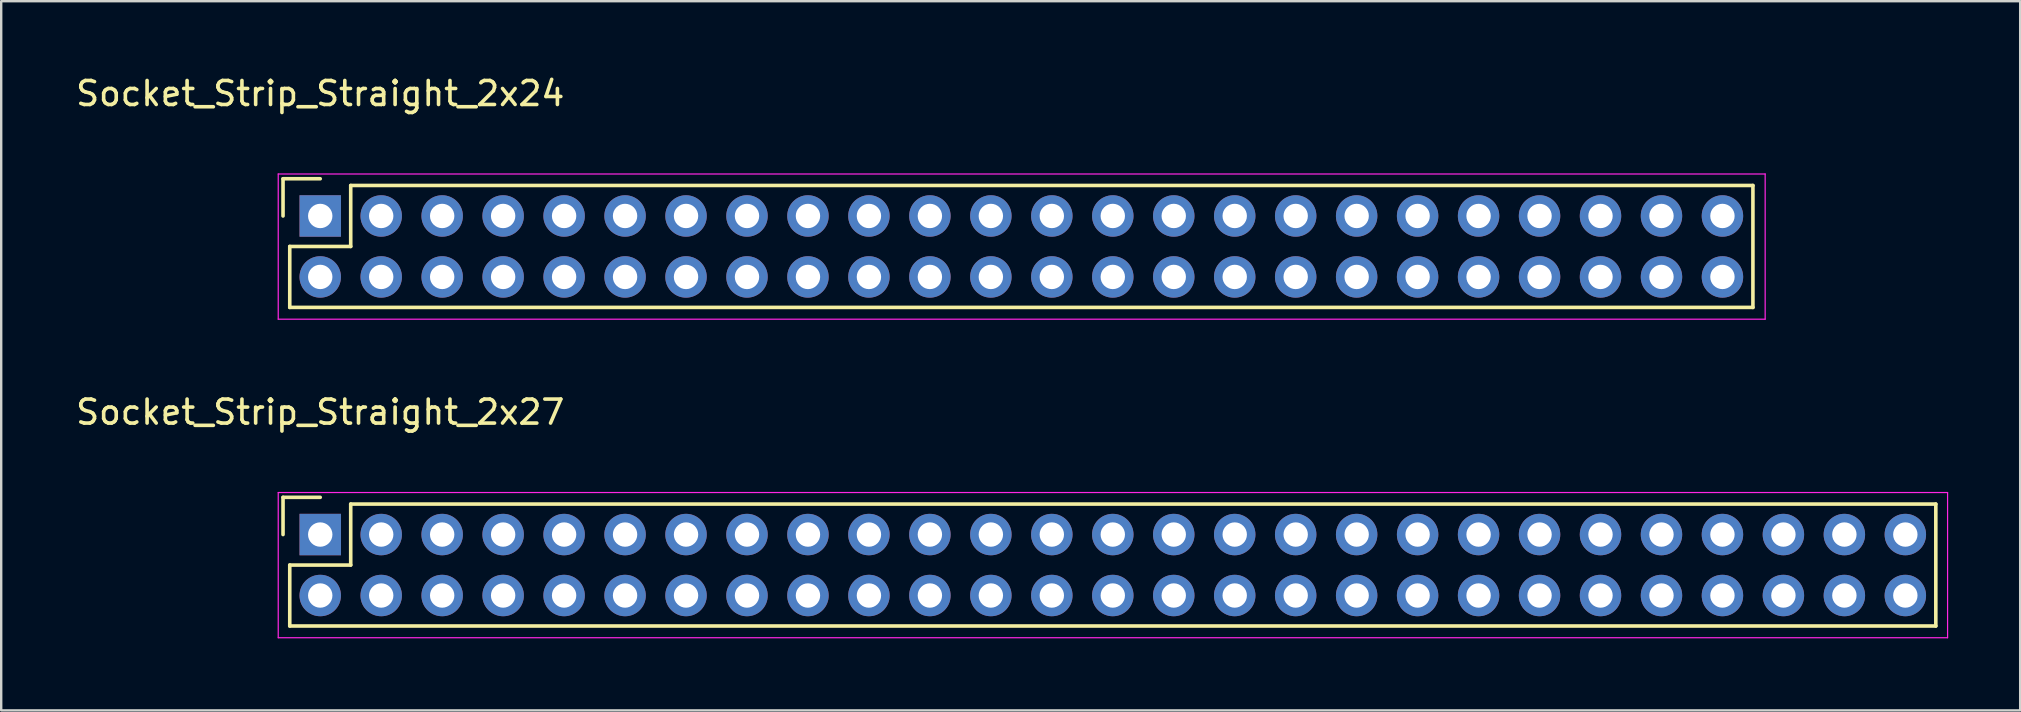
<source format=kicad_pcb>
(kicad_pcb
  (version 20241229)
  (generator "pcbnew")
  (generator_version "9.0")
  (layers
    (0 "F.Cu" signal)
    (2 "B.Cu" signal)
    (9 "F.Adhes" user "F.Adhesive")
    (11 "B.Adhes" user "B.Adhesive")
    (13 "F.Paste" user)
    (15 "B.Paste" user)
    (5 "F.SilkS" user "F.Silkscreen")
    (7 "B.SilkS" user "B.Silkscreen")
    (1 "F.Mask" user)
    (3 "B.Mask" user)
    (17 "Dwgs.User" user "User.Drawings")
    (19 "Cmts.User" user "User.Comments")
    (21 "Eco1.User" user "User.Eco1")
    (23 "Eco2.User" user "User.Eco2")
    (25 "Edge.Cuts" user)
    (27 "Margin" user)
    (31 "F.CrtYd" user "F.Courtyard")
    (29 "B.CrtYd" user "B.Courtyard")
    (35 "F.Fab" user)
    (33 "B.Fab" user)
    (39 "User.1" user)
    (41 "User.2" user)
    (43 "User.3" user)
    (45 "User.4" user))
  (footprint "Socket_Strip_Straight_2x24"
    (layer "F.Cu")
    (at 10.292 5.948)
    (property "Reference" "Socket_Strip_Straight_2x24" (at 0 -5.1 0) (layer "F.SilkS") (effects (font (size 1 1) (thickness 0.15))))
    (attr through_hole)
    (fp_line (start -1.55 -1.55) (end -1.55 0) (stroke (width 0.15) (type solid)) (layer "F.SilkS"))
    (fp_line (start -1.27 1.27) (end 1.27 1.27) (stroke (width 0.15) (type solid)) (layer "F.SilkS"))
    (fp_line (start -1.27 3.81) (end -1.27 1.27) (stroke (width 0.15) (type solid)) (layer "F.SilkS"))
    (fp_line (start 0 -1.55) (end -1.55 -1.55) (stroke (width 0.15) (type solid)) (layer "F.SilkS"))
    (fp_line (start 1.27 -1.27) (end 59.69 -1.27) (stroke (width 0.15) (type solid)) (layer "F.SilkS"))
    (fp_line (start 1.27 1.27) (end 1.27 -1.27) (stroke (width 0.15) (type solid)) (layer "F.SilkS"))
    (fp_line (start 59.69 3.81) (end -1.27 3.81) (stroke (width 0.15) (type solid)) (layer "F.SilkS"))
    (fp_line (start 59.69 3.81) (end 59.69 -1.27) (stroke (width 0.15) (type solid)) (layer "F.SilkS"))
    (fp_line (start -1.75 -1.75) (end -1.75 4.3) (stroke (width 0.05) (type solid)) (layer "F.CrtYd"))
    (fp_line (start -1.75 -1.75) (end 60.2 -1.75) (stroke (width 0.05) (type solid)) (layer "F.CrtYd"))
    (fp_line (start -1.75 4.3) (end 60.2 4.3) (stroke (width 0.05) (type solid)) (layer "F.CrtYd"))
    (fp_line (start 60.2 -1.75) (end 60.2 4.3) (stroke (width 0.05) (type solid)) (layer "F.CrtYd"))
    (pad "1" thru_hole rect (at 0 0) (size 1.727 1.727) (drill 1.016) (layers "*.Cu" "*.Mask"))
    (pad "2" thru_hole oval (at 0 2.54) (size 1.727 1.727) (drill 1.016) (layers "*.Cu" "*.Mask"))
    (pad "3" thru_hole oval (at 2.54 0) (size 1.727 1.727) (drill 1.016) (layers "*.Cu" "*.Mask"))
    (pad "4" thru_hole oval (at 2.54 2.54) (size 1.727 1.727) (drill 1.016) (layers "*.Cu" "*.Mask"))
    (pad "5" thru_hole oval (at 5.08 0) (size 1.727 1.727) (drill 1.016) (layers "*.Cu" "*.Mask"))
    (pad "6" thru_hole oval (at 5.08 2.54) (size 1.727 1.727) (drill 1.016) (layers "*.Cu" "*.Mask"))
    (pad "7" thru_hole oval (at 7.62 0) (size 1.727 1.727) (drill 1.016) (layers "*.Cu" "*.Mask"))
    (pad "8" thru_hole oval (at 7.62 2.54) (size 1.727 1.727) (drill 1.016) (layers "*.Cu" "*.Mask"))
    (pad "9" thru_hole oval (at 10.16 0) (size 1.727 1.727) (drill 1.016) (layers "*.Cu" "*.Mask"))
    (pad "10" thru_hole oval (at 10.16 2.54) (size 1.727 1.727) (drill 1.016) (layers "*.Cu" "*.Mask"))
    (pad "11" thru_hole oval (at 12.7 0) (size 1.727 1.727) (drill 1.016) (layers "*.Cu" "*.Mask"))
    (pad "12" thru_hole oval (at 12.7 2.54) (size 1.727 1.727) (drill 1.016) (layers "*.Cu" "*.Mask"))
    (pad "13" thru_hole oval (at 15.24 0) (size 1.727 1.727) (drill 1.016) (layers "*.Cu" "*.Mask"))
    (pad "14" thru_hole oval (at 15.24 2.54) (size 1.727 1.727) (drill 1.016) (layers "*.Cu" "*.Mask"))
    (pad "15" thru_hole oval (at 17.78 0) (size 1.727 1.727) (drill 1.016) (layers "*.Cu" "*.Mask"))
    (pad "16" thru_hole oval (at 17.78 2.54) (size 1.727 1.727) (drill 1.016) (layers "*.Cu" "*.Mask"))
    (pad "17" thru_hole oval (at 20.32 0) (size 1.727 1.727) (drill 1.016) (layers "*.Cu" "*.Mask"))
    (pad "18" thru_hole oval (at 20.32 2.54) (size 1.727 1.727) (drill 1.016) (layers "*.Cu" "*.Mask"))
    (pad "19" thru_hole oval (at 22.86 0) (size 1.727 1.727) (drill 1.016) (layers "*.Cu" "*.Mask"))
    (pad "20" thru_hole oval (at 22.86 2.54) (size 1.727 1.727) (drill 1.016) (layers "*.Cu" "*.Mask"))
    (pad "21" thru_hole oval (at 25.4 0) (size 1.727 1.727) (drill 1.016) (layers "*.Cu" "*.Mask"))
    (pad "22" thru_hole oval (at 25.4 2.54) (size 1.727 1.727) (drill 1.016) (layers "*.Cu" "*.Mask"))
    (pad "23" thru_hole oval (at 27.94 0) (size 1.727 1.727) (drill 1.016) (layers "*.Cu" "*.Mask"))
    (pad "24" thru_hole oval (at 27.94 2.54) (size 1.727 1.727) (drill 1.016) (layers "*.Cu" "*.Mask"))
    (pad "25" thru_hole oval (at 30.48 0) (size 1.727 1.727) (drill 1.016) (layers "*.Cu" "*.Mask"))
    (pad "26" thru_hole oval (at 30.48 2.54) (size 1.727 1.727) (drill 1.016) (layers "*.Cu" "*.Mask"))
    (pad "27" thru_hole oval (at 33.02 0) (size 1.727 1.727) (drill 1.016) (layers "*.Cu" "*.Mask"))
    (pad "28" thru_hole oval (at 33.02 2.54) (size 1.727 1.727) (drill 1.016) (layers "*.Cu" "*.Mask"))
    (pad "29" thru_hole oval (at 35.56 0) (size 1.727 1.727) (drill 1.016) (layers "*.Cu" "*.Mask"))
    (pad "30" thru_hole oval (at 35.56 2.54) (size 1.727 1.727) (drill 1.016) (layers "*.Cu" "*.Mask"))
    (pad "31" thru_hole oval (at 38.1 0) (size 1.727 1.727) (drill 1.016) (layers "*.Cu" "*.Mask"))
    (pad "32" thru_hole oval (at 38.1 2.54) (size 1.727 1.727) (drill 1.016) (layers "*.Cu" "*.Mask"))
    (pad "33" thru_hole oval (at 40.64 0) (size 1.727 1.727) (drill 1.016) (layers "*.Cu" "*.Mask"))
    (pad "34" thru_hole oval (at 40.64 2.54) (size 1.727 1.727) (drill 1.016) (layers "*.Cu" "*.Mask"))
    (pad "35" thru_hole oval (at 43.18 0) (size 1.727 1.727) (drill 1.016) (layers "*.Cu" "*.Mask"))
    (pad "36" thru_hole oval (at 43.18 2.54) (size 1.727 1.727) (drill 1.016) (layers "*.Cu" "*.Mask"))
    (pad "37" thru_hole oval (at 45.72 0) (size 1.727 1.727) (drill 1.016) (layers "*.Cu" "*.Mask"))
    (pad "38" thru_hole oval (at 45.72 2.54) (size 1.727 1.727) (drill 1.016) (layers "*.Cu" "*.Mask"))
    (pad "39" thru_hole oval (at 48.26 0) (size 1.727 1.727) (drill 1.016) (layers "*.Cu" "*.Mask"))
    (pad "40" thru_hole oval (at 48.26 2.54) (size 1.727 1.727) (drill 1.016) (layers "*.Cu" "*.Mask"))
    (pad "41" thru_hole oval (at 50.8 0) (size 1.727 1.727) (drill 1.016) (layers "*.Cu" "*.Mask"))
    (pad "42" thru_hole oval (at 50.8 2.54) (size 1.727 1.727) (drill 1.016) (layers "*.Cu" "*.Mask"))
    (pad "43" thru_hole oval (at 53.34 0) (size 1.727 1.727) (drill 1.016) (layers "*.Cu" "*.Mask"))
    (pad "44" thru_hole oval (at 53.34 2.54) (size 1.727 1.727) (drill 1.016) (layers "*.Cu" "*.Mask"))
    (pad "45" thru_hole oval (at 55.88 0) (size 1.727 1.727) (drill 1.016) (layers "*.Cu" "*.Mask"))
    (pad "46" thru_hole oval (at 55.88 2.54) (size 1.727 1.727) (drill 1.016) (layers "*.Cu" "*.Mask"))
    (pad "47" thru_hole oval (at 58.42 0) (size 1.727 1.727) (drill 1.016) (layers "*.Cu" "*.Mask"))
    (pad "48" thru_hole oval (at 58.42 2.54) (size 1.727 1.727) (drill 1.016) (layers "*.Cu" "*.Mask")))
  (footprint "Socket_Strip_Straight_2x27"
    (layer "F.Cu")
    (at 10.292 19.221)
    (property "Reference" "Socket_Strip_Straight_2x27" (at 0 -5.1 0) (layer "F.SilkS") (effects (font (size 1 1) (thickness 0.15))))
    (attr through_hole)
    (fp_line (start -1.55 -1.55) (end -1.55 0) (stroke (width 0.15) (type solid)) (layer "F.SilkS"))
    (fp_line (start -1.27 1.27) (end 1.27 1.27) (stroke (width 0.15) (type solid)) (layer "F.SilkS"))
    (fp_line (start -1.27 3.81) (end -1.27 1.27) (stroke (width 0.15) (type solid)) (layer "F.SilkS"))
    (fp_line (start 0 -1.55) (end -1.55 -1.55) (stroke (width 0.15) (type solid)) (layer "F.SilkS"))
    (fp_line (start 1.27 -1.27) (end 67.31 -1.27) (stroke (width 0.15) (type solid)) (layer "F.SilkS"))
    (fp_line (start 1.27 1.27) (end 1.27 -1.27) (stroke (width 0.15) (type solid)) (layer "F.SilkS"))
    (fp_line (start 67.31 3.81) (end -1.27 3.81) (stroke (width 0.15) (type solid)) (layer "F.SilkS"))
    (fp_line (start 67.31 3.81) (end 67.31 -1.27) (stroke (width 0.15) (type solid)) (layer "F.SilkS"))
    (fp_line (start -1.75 -1.75) (end -1.75 4.3) (stroke (width 0.05) (type solid)) (layer "F.CrtYd"))
    (fp_line (start -1.75 -1.75) (end 67.8 -1.75) (stroke (width 0.05) (type solid)) (layer "F.CrtYd"))
    (fp_line (start -1.75 4.3) (end 67.8 4.3) (stroke (width 0.05) (type solid)) (layer "F.CrtYd"))
    (fp_line (start 67.8 -1.75) (end 67.8 4.3) (stroke (width 0.05) (type solid)) (layer "F.CrtYd"))
    (pad "1" thru_hole rect (at 0 0) (size 1.727 1.727) (drill 1.016) (layers "*.Cu" "*.Mask"))
    (pad "2" thru_hole oval (at 0 2.54) (size 1.727 1.727) (drill 1.016) (layers "*.Cu" "*.Mask"))
    (pad "3" thru_hole oval (at 2.54 0) (size 1.727 1.727) (drill 1.016) (layers "*.Cu" "*.Mask"))
    (pad "4" thru_hole oval (at 2.54 2.54) (size 1.727 1.727) (drill 1.016) (layers "*.Cu" "*.Mask"))
    (pad "5" thru_hole oval (at 5.08 0) (size 1.727 1.727) (drill 1.016) (layers "*.Cu" "*.Mask"))
    (pad "6" thru_hole oval (at 5.08 2.54) (size 1.727 1.727) (drill 1.016) (layers "*.Cu" "*.Mask"))
    (pad "7" thru_hole oval (at 7.62 0) (size 1.727 1.727) (drill 1.016) (layers "*.Cu" "*.Mask"))
    (pad "8" thru_hole oval (at 7.62 2.54) (size 1.727 1.727) (drill 1.016) (layers "*.Cu" "*.Mask"))
    (pad "9" thru_hole oval (at 10.16 0) (size 1.727 1.727) (drill 1.016) (layers "*.Cu" "*.Mask"))
    (pad "10" thru_hole oval (at 10.16 2.54) (size 1.727 1.727) (drill 1.016) (layers "*.Cu" "*.Mask"))
    (pad "11" thru_hole oval (at 12.7 0) (size 1.727 1.727) (drill 1.016) (layers "*.Cu" "*.Mask"))
    (pad "12" thru_hole oval (at 12.7 2.54) (size 1.727 1.727) (drill 1.016) (layers "*.Cu" "*.Mask"))
    (pad "13" thru_hole oval (at 15.24 0) (size 1.727 1.727) (drill 1.016) (layers "*.Cu" "*.Mask"))
    (pad "14" thru_hole oval (at 15.24 2.54) (size 1.727 1.727) (drill 1.016) (layers "*.Cu" "*.Mask"))
    (pad "15" thru_hole oval (at 17.78 0) (size 1.727 1.727) (drill 1.016) (layers "*.Cu" "*.Mask"))
    (pad "16" thru_hole oval (at 17.78 2.54) (size 1.727 1.727) (drill 1.016) (layers "*.Cu" "*.Mask"))
    (pad "17" thru_hole oval (at 20.32 0) (size 1.727 1.727) (drill 1.016) (layers "*.Cu" "*.Mask"))
    (pad "18" thru_hole oval (at 20.32 2.54) (size 1.727 1.727) (drill 1.016) (layers "*.Cu" "*.Mask"))
    (pad "19" thru_hole oval (at 22.86 0) (size 1.727 1.727) (drill 1.016) (layers "*.Cu" "*.Mask"))
    (pad "20" thru_hole oval (at 22.86 2.54) (size 1.727 1.727) (drill 1.016) (layers "*.Cu" "*.Mask"))
    (pad "21" thru_hole oval (at 25.4 0) (size 1.727 1.727) (drill 1.016) (layers "*.Cu" "*.Mask"))
    (pad "22" thru_hole oval (at 25.4 2.54) (size 1.727 1.727) (drill 1.016) (layers "*.Cu" "*.Mask"))
    (pad "23" thru_hole oval (at 27.94 0) (size 1.727 1.727) (drill 1.016) (layers "*.Cu" "*.Mask"))
    (pad "24" thru_hole oval (at 27.94 2.54) (size 1.727 1.727) (drill 1.016) (layers "*.Cu" "*.Mask"))
    (pad "25" thru_hole oval (at 30.48 0) (size 1.727 1.727) (drill 1.016) (layers "*.Cu" "*.Mask"))
    (pad "26" thru_hole oval (at 30.48 2.54) (size 1.727 1.727) (drill 1.016) (layers "*.Cu" "*.Mask"))
    (pad "27" thru_hole oval (at 33.02 0) (size 1.727 1.727) (drill 1.016) (layers "*.Cu" "*.Mask"))
    (pad "28" thru_hole oval (at 33.02 2.54) (size 1.727 1.727) (drill 1.016) (layers "*.Cu" "*.Mask"))
    (pad "29" thru_hole oval (at 35.56 0) (size 1.727 1.727) (drill 1.016) (layers "*.Cu" "*.Mask"))
    (pad "30" thru_hole oval (at 35.56 2.54) (size 1.727 1.727) (drill 1.016) (layers "*.Cu" "*.Mask"))
    (pad "31" thru_hole oval (at 38.1 0) (size 1.727 1.727) (drill 1.016) (layers "*.Cu" "*.Mask"))
    (pad "32" thru_hole oval (at 38.1 2.54) (size 1.727 1.727) (drill 1.016) (layers "*.Cu" "*.Mask"))
    (pad "33" thru_hole oval (at 40.64 0) (size 1.727 1.727) (drill 1.016) (layers "*.Cu" "*.Mask"))
    (pad "34" thru_hole oval (at 40.64 2.54) (size 1.727 1.727) (drill 1.016) (layers "*.Cu" "*.Mask"))
    (pad "35" thru_hole oval (at 43.18 0) (size 1.727 1.727) (drill 1.016) (layers "*.Cu" "*.Mask"))
    (pad "36" thru_hole oval (at 43.18 2.54) (size 1.727 1.727) (drill 1.016) (layers "*.Cu" "*.Mask"))
    (pad "37" thru_hole oval (at 45.72 0) (size 1.727 1.727) (drill 1.016) (layers "*.Cu" "*.Mask"))
    (pad "38" thru_hole oval (at 45.72 2.54) (size 1.727 1.727) (drill 1.016) (layers "*.Cu" "*.Mask"))
    (pad "39" thru_hole oval (at 48.26 0) (size 1.727 1.727) (drill 1.016) (layers "*.Cu" "*.Mask"))
    (pad "40" thru_hole oval (at 48.26 2.54) (size 1.727 1.727) (drill 1.016) (layers "*.Cu" "*.Mask"))
    (pad "41" thru_hole oval (at 50.8 0) (size 1.727 1.727) (drill 1.016) (layers "*.Cu" "*.Mask"))
    (pad "42" thru_hole oval (at 50.8 2.54) (size 1.727 1.727) (drill 1.016) (layers "*.Cu" "*.Mask"))
    (pad "43" thru_hole oval (at 53.34 0) (size 1.727 1.727) (drill 1.016) (layers "*.Cu" "*.Mask"))
    (pad "44" thru_hole oval (at 53.34 2.54) (size 1.727 1.727) (drill 1.016) (layers "*.Cu" "*.Mask"))
    (pad "45" thru_hole oval (at 55.88 0) (size 1.727 1.727) (drill 1.016) (layers "*.Cu" "*.Mask"))
    (pad "46" thru_hole oval (at 55.88 2.54) (size 1.727 1.727) (drill 1.016) (layers "*.Cu" "*.Mask"))
    (pad "47" thru_hole oval (at 58.42 0) (size 1.727 1.727) (drill 1.016) (layers "*.Cu" "*.Mask"))
    (pad "48" thru_hole oval (at 58.42 2.54) (size 1.727 1.727) (drill 1.016) (layers "*.Cu" "*.Mask"))
    (pad "49" thru_hole oval (at 60.96 0) (size 1.727 1.727) (drill 1.016) (layers "*.Cu" "*.Mask"))
    (pad "50" thru_hole oval (at 60.96 2.54) (size 1.727 1.727) (drill 1.016) (layers "*.Cu" "*.Mask"))
    (pad "51" thru_hole oval (at 63.5 0) (size 1.727 1.727) (drill 1.016) (layers "*.Cu" "*.Mask"))
    (pad "52" thru_hole oval (at 63.5 2.54) (size 1.727 1.727) (drill 1.016) (layers "*.Cu" "*.Mask"))
    (pad "53" thru_hole oval (at 66.04 0) (size 1.727 1.727) (drill 1.016) (layers "*.Cu" "*.Mask"))
    (pad "54" thru_hole oval (at 66.04 2.54) (size 1.727 1.727) (drill 1.016) (layers "*.Cu" "*.Mask")))
  (gr_rect
    (start -3 -3)
    (end 81.117 26.547)
    (stroke (width 0.1) (type default))
    (fill no)
    (layer "Edge.Cuts")))
</source>
